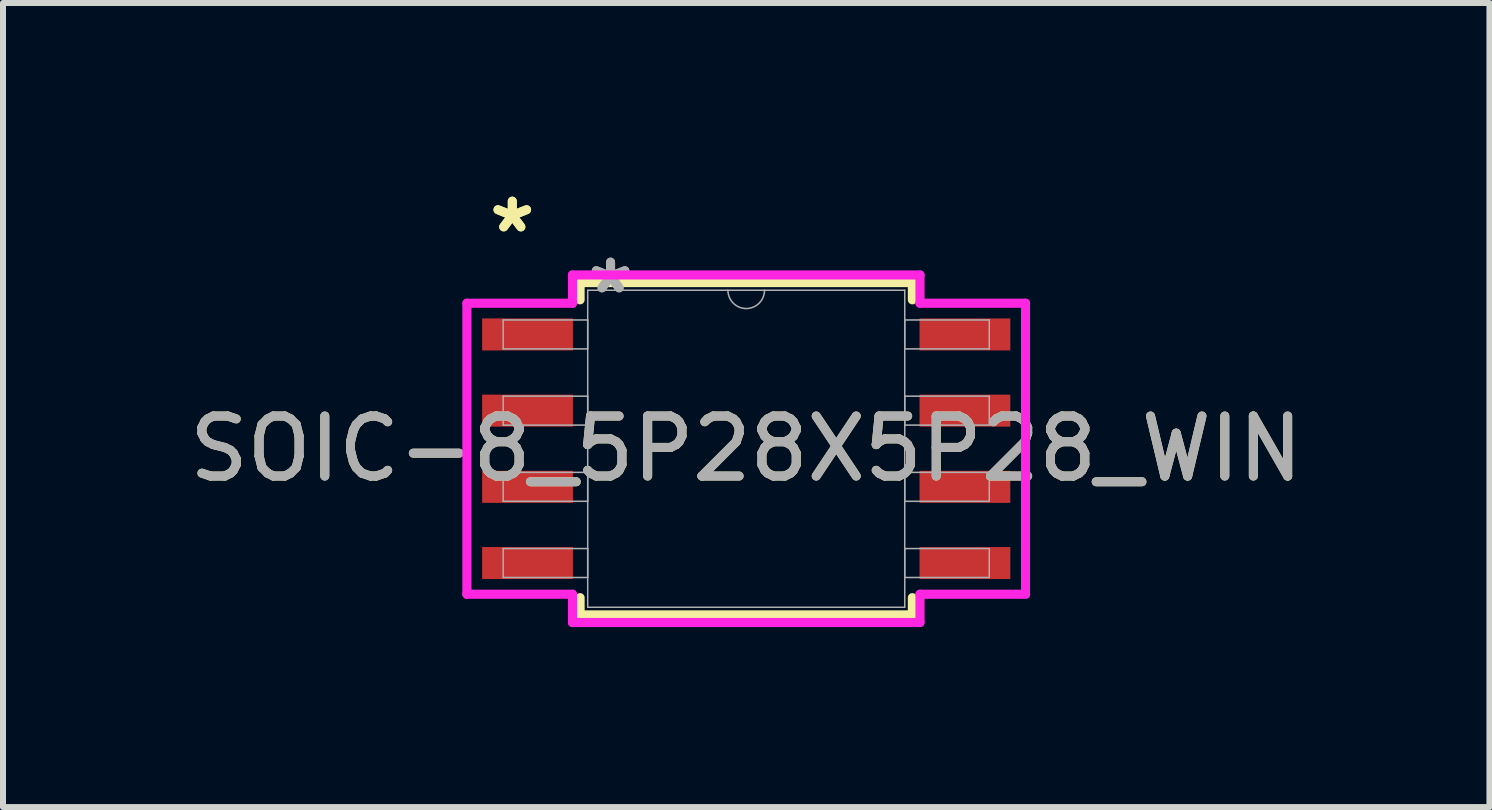
<source format=kicad_pcb>
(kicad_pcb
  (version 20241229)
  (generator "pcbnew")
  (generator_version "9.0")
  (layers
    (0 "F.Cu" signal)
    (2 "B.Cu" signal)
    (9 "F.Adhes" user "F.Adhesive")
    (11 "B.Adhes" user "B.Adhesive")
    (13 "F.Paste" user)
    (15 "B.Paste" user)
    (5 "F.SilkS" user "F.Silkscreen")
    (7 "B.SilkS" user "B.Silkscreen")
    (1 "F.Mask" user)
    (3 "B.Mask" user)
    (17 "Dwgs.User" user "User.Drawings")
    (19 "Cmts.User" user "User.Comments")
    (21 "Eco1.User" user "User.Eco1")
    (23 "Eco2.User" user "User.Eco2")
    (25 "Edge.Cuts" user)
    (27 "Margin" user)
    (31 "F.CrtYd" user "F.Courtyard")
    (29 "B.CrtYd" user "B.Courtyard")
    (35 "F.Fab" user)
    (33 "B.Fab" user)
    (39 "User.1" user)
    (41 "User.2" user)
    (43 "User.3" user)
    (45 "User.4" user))
  (footprint "SOIC-8_5P28X5P28_WIN"
    (layer "F.Cu")
    (at 9.387 4.429)
    (property "Reference" "SOIC-8_5P28X5P28_WIN" (at 0 0 0) (unlocked yes) (layer "F.SilkS") (effects (font (size 1 1) (thickness 0.15))))
    (attr smd)
    (fp_line (start -2.769 -2.769) (end -2.769 -2.482) (stroke (width 0.152) (type solid)) (layer "F.SilkS"))
    (fp_line (start -2.769 2.482) (end -2.769 2.769) (stroke (width 0.152) (type solid)) (layer "F.SilkS"))
    (fp_line (start -2.769 2.769) (end 2.769 2.769) (stroke (width 0.152) (type solid)) (layer "F.SilkS"))
    (fp_line (start 2.769 -2.769) (end -2.769 -2.769) (stroke (width 0.152) (type solid)) (layer "F.SilkS"))
    (fp_line (start 2.769 -2.482) (end 2.769 -2.769) (stroke (width 0.152) (type solid)) (layer "F.SilkS"))
    (fp_line (start 2.769 2.769) (end 2.769 2.482) (stroke (width 0.152) (type solid)) (layer "F.SilkS"))
    (fp_line (start -4.655 -2.425) (end -2.896 -2.425) (stroke (width 0.152) (type solid)) (layer "F.CrtYd"))
    (fp_line (start -4.655 2.425) (end -4.655 -2.425) (stroke (width 0.152) (type solid)) (layer "F.CrtYd"))
    (fp_line (start -4.655 2.425) (end -2.896 2.425) (stroke (width 0.152) (type solid)) (layer "F.CrtYd"))
    (fp_line (start -2.896 -2.896) (end 2.896 -2.896) (stroke (width 0.152) (type solid)) (layer "F.CrtYd"))
    (fp_line (start -2.896 -2.425) (end -2.896 -2.896) (stroke (width 0.152) (type solid)) (layer "F.CrtYd"))
    (fp_line (start -2.896 2.896) (end -2.896 2.425) (stroke (width 0.152) (type solid)) (layer "F.CrtYd"))
    (fp_line (start 2.896 -2.896) (end 2.896 -2.425) (stroke (width 0.152) (type solid)) (layer "F.CrtYd"))
    (fp_line (start 2.896 2.425) (end 2.896 2.896) (stroke (width 0.152) (type solid)) (layer "F.CrtYd"))
    (fp_line (start 2.896 2.896) (end -2.896 2.896) (stroke (width 0.152) (type solid)) (layer "F.CrtYd"))
    (fp_line (start 4.655 -2.425) (end 2.896 -2.425) (stroke (width 0.152) (type solid)) (layer "F.CrtYd"))
    (fp_line (start 4.655 -2.425) (end 4.655 2.425) (stroke (width 0.152) (type solid)) (layer "F.CrtYd"))
    (fp_line (start 4.655 2.425) (end 2.896 2.425) (stroke (width 0.152) (type solid)) (layer "F.CrtYd"))
    (fp_line (start -4.051 -2.146) (end -4.051 -1.664) (stroke (width 0.025) (type solid)) (layer "F.Fab"))
    (fp_line (start -4.051 -1.664) (end -2.642 -1.664) (stroke (width 0.025) (type solid)) (layer "F.Fab"))
    (fp_line (start -4.051 -0.876) (end -4.051 -0.394) (stroke (width 0.025) (type solid)) (layer "F.Fab"))
    (fp_line (start -4.051 -0.394) (end -2.642 -0.394) (stroke (width 0.025) (type solid)) (layer "F.Fab"))
    (fp_line (start -4.051 0.394) (end -4.051 0.876) (stroke (width 0.025) (type solid)) (layer "F.Fab"))
    (fp_line (start -4.051 0.876) (end -2.642 0.876) (stroke (width 0.025) (type solid)) (layer "F.Fab"))
    (fp_line (start -4.051 1.664) (end -4.051 2.146) (stroke (width 0.025) (type solid)) (layer "F.Fab"))
    (fp_line (start -4.051 2.146) (end -2.642 2.146) (stroke (width 0.025) (type solid)) (layer "F.Fab"))
    (fp_line (start -2.642 -2.642) (end -2.642 2.642) (stroke (width 0.025) (type solid)) (layer "F.Fab"))
    (fp_line (start -2.642 -2.146) (end -4.051 -2.146) (stroke (width 0.025) (type solid)) (layer "F.Fab"))
    (fp_line (start -2.642 -1.664) (end -2.642 -2.146) (stroke (width 0.025) (type solid)) (layer "F.Fab"))
    (fp_line (start -2.642 -0.876) (end -4.051 -0.876) (stroke (width 0.025) (type solid)) (layer "F.Fab"))
    (fp_line (start -2.642 -0.394) (end -2.642 -0.876) (stroke (width 0.025) (type solid)) (layer "F.Fab"))
    (fp_line (start -2.642 0.394) (end -4.051 0.394) (stroke (width 0.025) (type solid)) (layer "F.Fab"))
    (fp_line (start -2.642 0.876) (end -2.642 0.394) (stroke (width 0.025) (type solid)) (layer "F.Fab"))
    (fp_line (start -2.642 1.664) (end -4.051 1.664) (stroke (width 0.025) (type solid)) (layer "F.Fab"))
    (fp_line (start -2.642 2.146) (end -2.642 1.664) (stroke (width 0.025) (type solid)) (layer "F.Fab"))
    (fp_line (start -2.642 2.642) (end 2.642 2.642) (stroke (width 0.025) (type solid)) (layer "F.Fab"))
    (fp_line (start 2.642 -2.642) (end -2.642 -2.642) (stroke (width 0.025) (type solid)) (layer "F.Fab"))
    (fp_line (start 2.642 -2.146) (end 2.642 -1.664) (stroke (width 0.025) (type solid)) (layer "F.Fab"))
    (fp_line (start 2.642 -1.664) (end 4.051 -1.664) (stroke (width 0.025) (type solid)) (layer "F.Fab"))
    (fp_line (start 2.642 -0.876) (end 2.642 -0.394) (stroke (width 0.025) (type solid)) (layer "F.Fab"))
    (fp_line (start 2.642 -0.394) (end 4.051 -0.394) (stroke (width 0.025) (type solid)) (layer "F.Fab"))
    (fp_line (start 2.642 0.394) (end 2.642 0.876) (stroke (width 0.025) (type solid)) (layer "F.Fab"))
    (fp_line (start 2.642 0.876) (end 4.051 0.876) (stroke (width 0.025) (type solid)) (layer "F.Fab"))
    (fp_line (start 2.642 1.664) (end 2.642 2.146) (stroke (width 0.025) (type solid)) (layer "F.Fab"))
    (fp_line (start 2.642 2.146) (end 4.051 2.146) (stroke (width 0.025) (type solid)) (layer "F.Fab"))
    (fp_line (start 2.642 2.642) (end 2.642 -2.642) (stroke (width 0.025) (type solid)) (layer "F.Fab"))
    (fp_line (start 4.051 -2.146) (end 2.642 -2.146) (stroke (width 0.025) (type solid)) (layer "F.Fab"))
    (fp_line (start 4.051 -1.664) (end 4.051 -2.146) (stroke (width 0.025) (type solid)) (layer "F.Fab"))
    (fp_line (start 4.051 -0.876) (end 2.642 -0.876) (stroke (width 0.025) (type solid)) (layer "F.Fab"))
    (fp_line (start 4.051 -0.394) (end 4.051 -0.876) (stroke (width 0.025) (type solid)) (layer "F.Fab"))
    (fp_line (start 4.051 0.394) (end 2.642 0.394) (stroke (width 0.025) (type solid)) (layer "F.Fab"))
    (fp_line (start 4.051 0.876) (end 4.051 0.394) (stroke (width 0.025) (type solid)) (layer "F.Fab"))
    (fp_line (start 4.051 1.664) (end 2.642 1.664) (stroke (width 0.025) (type solid)) (layer "F.Fab"))
    (fp_line (start 4.051 2.146) (end 4.051 1.664) (stroke (width 0.025) (type solid)) (layer "F.Fab"))
    (fp_arc (start 0.3048 -2.6416) (mid 0 -2.3368) (end -0.3048 -2.6416) (stroke (width 0.0254) (type solid)) (layer "F.Fab"))
    (fp_text user "*" (at -3.899 -3.581 0) (unlocked yes) (layer "F.SilkS") (effects (font (size 1 1) (thickness 0.15))))
    (fp_text user "*" (at -3.899 -3.581 0) (layer "F.SilkS") (effects (font (size 1 1) (thickness 0.15))))
    (fp_text user "*" (at -2.261 -2.565 0) (layer "F.Fab") (effects (font (size 1 1) (thickness 0.15))))
    (fp_text user "*" (at -2.261 -2.565 0) (unlocked yes) (layer "F.Fab") (effects (font (size 1 1) (thickness 0.15))))
    (fp_text user "${REFERENCE}" (at 0 0 0) (unlocked yes) (layer "F.Fab") (effects (font (size 1 1) (thickness 0.15))))
    (pad "1" smd rect (at -3.645 -1.905) (size 1.513 0.533) (layers "F.Cu" "F.Mask" "F.Paste"))
    (pad "2" smd rect (at -3.645 -0.635) (size 1.513 0.533) (layers "F.Cu" "F.Mask" "F.Paste"))
    (pad "3" smd rect (at -3.645 0.635) (size 1.513 0.533) (layers "F.Cu" "F.Mask" "F.Paste"))
    (pad "4" smd rect (at -3.645 1.905) (size 1.513 0.533) (layers "F.Cu" "F.Mask" "F.Paste"))
    (pad "5" smd rect (at 3.645 1.905) (size 1.513 0.533) (layers "F.Cu" "F.Mask" "F.Paste"))
    (pad "6" smd rect (at 3.645 0.635) (size 1.513 0.533) (layers "F.Cu" "F.Mask" "F.Paste"))
    (pad "7" smd rect (at 3.645 -0.635) (size 1.513 0.533) (layers "F.Cu" "F.Mask" "F.Paste"))
    (pad "8" smd rect (at 3.645 -1.905) (size 1.513 0.533) (layers "F.Cu" "F.Mask" "F.Paste")))
  (gr_rect
    (start -3 -3)
    (end 21.774 10.401)
    (stroke (width 0.1) (type default))
    (fill no)
    (layer "Edge.Cuts")))
</source>
